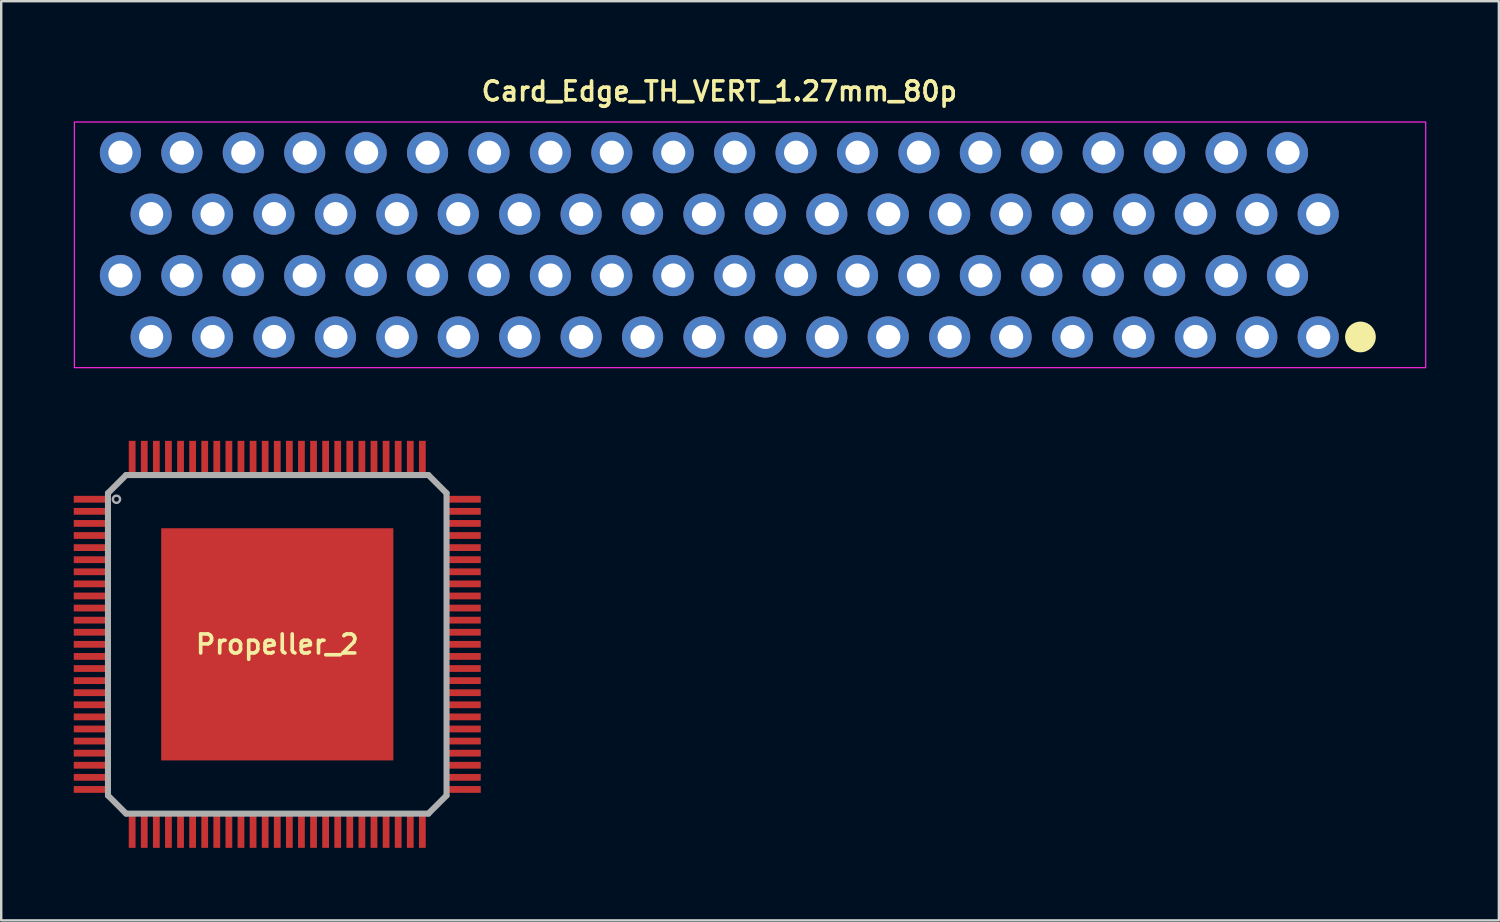
<source format=kicad_pcb>
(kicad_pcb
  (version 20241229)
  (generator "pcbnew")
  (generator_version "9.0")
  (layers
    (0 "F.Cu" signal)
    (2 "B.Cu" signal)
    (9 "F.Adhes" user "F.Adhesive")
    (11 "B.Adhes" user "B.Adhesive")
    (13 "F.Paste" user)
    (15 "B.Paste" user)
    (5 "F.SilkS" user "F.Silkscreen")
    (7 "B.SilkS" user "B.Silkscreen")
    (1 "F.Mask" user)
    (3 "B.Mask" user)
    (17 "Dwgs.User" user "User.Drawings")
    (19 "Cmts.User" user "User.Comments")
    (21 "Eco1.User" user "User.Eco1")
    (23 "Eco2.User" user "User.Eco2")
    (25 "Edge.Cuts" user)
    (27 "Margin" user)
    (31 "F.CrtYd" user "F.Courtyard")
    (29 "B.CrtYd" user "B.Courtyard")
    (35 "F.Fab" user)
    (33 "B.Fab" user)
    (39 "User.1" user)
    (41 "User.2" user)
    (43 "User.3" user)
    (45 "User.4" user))
  (footprint "Card_Edge_TH_VERT_1.27mm_80p"
    (layer "F.Cu")
    (at 26.695 7.074)
    (property "Reference" "Card_Edge_TH_VERT_1.27mm_80p" (at 0 -6.35 0) (layer "F.SilkS") (effects (font (size 0.787 0.787) (thickness 0.15))))
    (attr through_hole)
    (fp_circle (center 26.511 3.81) (end 27.146 3.81) (stroke (width 0) (type solid)) (fill yes) (layer "F.SilkS"))
    (fp_rect (start -26.67 -5.08) (end 29.21 5.08) (stroke (width 0.05) (type default)) (fill no) (layer "F.CrtYd"))
    (fp_poly (pts (xy 28.258 4.128) (xy 27.305 3.81) (xy 28.258 3.492)) (stroke (width 0.002) (type solid)) (fill no) (layer "F.Fab"))
    (pad "1" thru_hole circle (at 24.765 3.81) (size 1.7 1.7) (drill 1) (layers "*.Cu" "*.Mask"))
    (pad "2" thru_hole circle (at 23.495 1.27) (size 1.7 1.7) (drill 1) (layers "*.Cu" "*.Mask"))
    (pad "3" thru_hole circle (at 22.225 3.81) (size 1.7 1.7) (drill 1) (layers "*.Cu" "*.Mask"))
    (pad "4" thru_hole circle (at 20.955 1.27) (size 1.7 1.7) (drill 1) (layers "*.Cu" "*.Mask"))
    (pad "5" thru_hole circle (at 19.685 3.81) (size 1.7 1.7) (drill 1) (layers "*.Cu" "*.Mask"))
    (pad "6" thru_hole circle (at 18.415 1.27) (size 1.7 1.7) (drill 1) (layers "*.Cu" "*.Mask"))
    (pad "7" thru_hole circle (at 17.145 3.81) (size 1.7 1.7) (drill 1) (layers "*.Cu" "*.Mask"))
    (pad "8" thru_hole circle (at 15.875 1.27) (size 1.7 1.7) (drill 1) (layers "*.Cu" "*.Mask"))
    (pad "9" thru_hole circle (at 14.605 3.81) (size 1.7 1.7) (drill 1) (layers "*.Cu" "*.Mask"))
    (pad "10" thru_hole circle (at 13.335 1.27) (size 1.7 1.7) (drill 1) (layers "*.Cu" "*.Mask"))
    (pad "11" thru_hole circle (at 12.065 3.81) (size 1.7 1.7) (drill 1) (layers "*.Cu" "*.Mask"))
    (pad "12" thru_hole circle (at 10.795 1.27) (size 1.7 1.7) (drill 1) (layers "*.Cu" "*.Mask"))
    (pad "13" thru_hole circle (at 9.525 3.81) (size 1.7 1.7) (drill 1) (layers "*.Cu" "*.Mask"))
    (pad "14" thru_hole circle (at 8.255 1.27) (size 1.7 1.7) (drill 1) (layers "*.Cu" "*.Mask"))
    (pad "15" thru_hole circle (at 6.985 3.81) (size 1.7 1.7) (drill 1) (layers "*.Cu" "*.Mask"))
    (pad "16" thru_hole circle (at 5.715 1.27) (size 1.7 1.7) (drill 1) (layers "*.Cu" "*.Mask"))
    (pad "17" thru_hole circle (at 4.445 3.81) (size 1.7 1.7) (drill 1) (layers "*.Cu" "*.Mask"))
    (pad "18" thru_hole circle (at 3.175 1.27) (size 1.7 1.7) (drill 1) (layers "*.Cu" "*.Mask"))
    (pad "19" thru_hole circle (at 1.905 3.81) (size 1.7 1.7) (drill 1) (layers "*.Cu" "*.Mask"))
    (pad "20" thru_hole circle (at 0.635 1.27) (size 1.7 1.7) (drill 1) (layers "*.Cu" "*.Mask"))
    (pad "21" thru_hole circle (at -0.635 3.81) (size 1.7 1.7) (drill 1) (layers "*.Cu" "*.Mask"))
    (pad "22" thru_hole circle (at -1.905 1.27) (size 1.7 1.7) (drill 1) (layers "*.Cu" "*.Mask"))
    (pad "23" thru_hole circle (at -3.175 3.81) (size 1.7 1.7) (drill 1) (layers "*.Cu" "*.Mask"))
    (pad "24" thru_hole circle (at -4.445 1.27) (size 1.7 1.7) (drill 1) (layers "*.Cu" "*.Mask"))
    (pad "25" thru_hole circle (at -5.715 3.81) (size 1.7 1.7) (drill 1) (layers "*.Cu" "*.Mask"))
    (pad "26" thru_hole circle (at -6.985 1.27) (size 1.7 1.7) (drill 1) (layers "*.Cu" "*.Mask"))
    (pad "27" thru_hole circle (at -8.255 3.81) (size 1.7 1.7) (drill 1) (layers "*.Cu" "*.Mask"))
    (pad "28" thru_hole circle (at -9.525 1.27) (size 1.7 1.7) (drill 1) (layers "*.Cu" "*.Mask"))
    (pad "29" thru_hole circle (at -10.795 3.81) (size 1.7 1.7) (drill 1) (layers "*.Cu" "*.Mask"))
    (pad "30" thru_hole circle (at -12.065 1.27) (size 1.7 1.7) (drill 1) (layers "*.Cu" "*.Mask"))
    (pad "31" thru_hole circle (at -13.335 3.81) (size 1.7 1.7) (drill 1) (layers "*.Cu" "*.Mask"))
    (pad "32" thru_hole circle (at -14.605 1.27) (size 1.7 1.7) (drill 1) (layers "*.Cu" "*.Mask"))
    (pad "33" thru_hole circle (at -15.875 3.81) (size 1.7 1.7) (drill 1) (layers "*.Cu" "*.Mask"))
    (pad "34" thru_hole circle (at -17.145 1.27) (size 1.7 1.7) (drill 1) (layers "*.Cu" "*.Mask"))
    (pad "35" thru_hole circle (at -18.415 3.81) (size 1.7 1.7) (drill 1) (layers "*.Cu" "*.Mask"))
    (pad "36" thru_hole circle (at -19.685 1.27) (size 1.7 1.7) (drill 1) (layers "*.Cu" "*.Mask"))
    (pad "37" thru_hole circle (at -20.955 3.81) (size 1.7 1.7) (drill 1) (layers "*.Cu" "*.Mask"))
    (pad "38" thru_hole circle (at -22.225 1.27) (size 1.7 1.7) (drill 1) (layers "*.Cu" "*.Mask"))
    (pad "39" thru_hole circle (at -23.495 3.81) (size 1.7 1.7) (drill 1) (layers "*.Cu" "*.Mask"))
    (pad "40" thru_hole circle (at -24.765 1.27) (size 1.7 1.7) (drill 1) (layers "*.Cu" "*.Mask"))
    (pad "41" thru_hole circle (at -24.765 -3.81) (size 1.7 1.7) (drill 1) (layers "*.Cu" "*.Mask"))
    (pad "42" thru_hole circle (at -23.495 -1.27) (size 1.7 1.7) (drill 1) (layers "*.Cu" "*.Mask"))
    (pad "43" thru_hole circle (at -22.225 -3.81) (size 1.7 1.7) (drill 1) (layers "*.Cu" "*.Mask"))
    (pad "44" thru_hole circle (at -20.955 -1.27) (size 1.7 1.7) (drill 1) (layers "*.Cu" "*.Mask"))
    (pad "45" thru_hole circle (at -19.685 -3.81) (size 1.7 1.7) (drill 1) (layers "*.Cu" "*.Mask"))
    (pad "46" thru_hole circle (at -18.415 -1.27) (size 1.7 1.7) (drill 1) (layers "*.Cu" "*.Mask"))
    (pad "47" thru_hole circle (at -17.145 -3.81) (size 1.7 1.7) (drill 1) (layers "*.Cu" "*.Mask"))
    (pad "48" thru_hole circle (at -15.875 -1.27) (size 1.7 1.7) (drill 1) (layers "*.Cu" "*.Mask"))
    (pad "49" thru_hole circle (at -14.605 -3.81) (size 1.7 1.7) (drill 1) (layers "*.Cu" "*.Mask"))
    (pad "50" thru_hole circle (at -13.335 -1.27) (size 1.7 1.7) (drill 1) (layers "*.Cu" "*.Mask"))
    (pad "51" thru_hole circle (at -12.065 -3.81) (size 1.7 1.7) (drill 1) (layers "*.Cu" "*.Mask"))
    (pad "52" thru_hole circle (at -10.795 -1.27) (size 1.7 1.7) (drill 1) (layers "*.Cu" "*.Mask"))
    (pad "53" thru_hole circle (at -9.525 -3.81) (size 1.7 1.7) (drill 1) (layers "*.Cu" "*.Mask"))
    (pad "54" thru_hole circle (at -8.255 -1.27) (size 1.7 1.7) (drill 1) (layers "*.Cu" "*.Mask"))
    (pad "55" thru_hole circle (at -6.985 -3.81) (size 1.7 1.7) (drill 1) (layers "*.Cu" "*.Mask"))
    (pad "56" thru_hole circle (at -5.715 -1.27) (size 1.7 1.7) (drill 1) (layers "*.Cu" "*.Mask"))
    (pad "57" thru_hole circle (at -4.445 -3.81) (size 1.7 1.7) (drill 1) (layers "*.Cu" "*.Mask"))
    (pad "58" thru_hole circle (at -3.175 -1.27) (size 1.7 1.7) (drill 1) (layers "*.Cu" "*.Mask"))
    (pad "59" thru_hole circle (at -1.905 -3.81) (size 1.7 1.7) (drill 1) (layers "*.Cu" "*.Mask"))
    (pad "60" thru_hole circle (at -0.635 -1.27) (size 1.7 1.7) (drill 1) (layers "*.Cu" "*.Mask"))
    (pad "61" thru_hole circle (at 0.635 -3.81) (size 1.7 1.7) (drill 1) (layers "*.Cu" "*.Mask"))
    (pad "62" thru_hole circle (at 1.905 -1.27) (size 1.7 1.7) (drill 1) (layers "*.Cu" "*.Mask"))
    (pad "63" thru_hole circle (at 3.175 -3.81) (size 1.7 1.7) (drill 1) (layers "*.Cu" "*.Mask"))
    (pad "64" thru_hole circle (at 4.445 -1.27) (size 1.7 1.7) (drill 1) (layers "*.Cu" "*.Mask"))
    (pad "65" thru_hole circle (at 5.715 -3.81) (size 1.7 1.7) (drill 1) (layers "*.Cu" "*.Mask"))
    (pad "66" thru_hole circle (at 6.985 -1.27) (size 1.7 1.7) (drill 1) (layers "*.Cu" "*.Mask"))
    (pad "67" thru_hole circle (at 8.255 -3.81) (size 1.7 1.7) (drill 1) (layers "*.Cu" "*.Mask"))
    (pad "68" thru_hole circle (at 9.525 -1.27) (size 1.7 1.7) (drill 1) (layers "*.Cu" "*.Mask"))
    (pad "69" thru_hole circle (at 10.795 -3.81) (size 1.7 1.7) (drill 1) (layers "*.Cu" "*.Mask"))
    (pad "70" thru_hole circle (at 12.065 -1.27) (size 1.7 1.7) (drill 1) (layers "*.Cu" "*.Mask"))
    (pad "71" thru_hole circle (at 13.335 -3.81) (size 1.7 1.7) (drill 1) (layers "*.Cu" "*.Mask"))
    (pad "72" thru_hole circle (at 14.605 -1.27) (size 1.7 1.7) (drill 1) (layers "*.Cu" "*.Mask"))
    (pad "73" thru_hole circle (at 15.875 -3.81) (size 1.7 1.7) (drill 1) (layers "*.Cu" "*.Mask"))
    (pad "74" thru_hole circle (at 17.145 -1.27) (size 1.7 1.7) (drill 1) (layers "*.Cu" "*.Mask"))
    (pad "75" thru_hole circle (at 18.415 -3.81) (size 1.7 1.7) (drill 1) (layers "*.Cu" "*.Mask"))
    (pad "76" thru_hole circle (at 19.685 -1.27) (size 1.7 1.7) (drill 1) (layers "*.Cu" "*.Mask"))
    (pad "77" thru_hole circle (at 20.955 -3.81) (size 1.7 1.7) (drill 1) (layers "*.Cu" "*.Mask"))
    (pad "78" thru_hole circle (at 22.225 -1.27) (size 1.7 1.7) (drill 1) (layers "*.Cu" "*.Mask"))
    (pad "79" thru_hole circle (at 23.495 -3.81) (size 1.7 1.7) (drill 1) (layers "*.Cu" "*.Mask"))
    (pad "80" thru_hole circle (at 24.765 -1.27) (size 1.7 1.7) (drill 1) (layers "*.Cu" "*.Mask")))
  (footprint "Propeller_2"
    (layer "F.Cu")
    (at 8.415 23.594)
    (property "Reference" "Propeller_2" (at 0 0 0) (layer "F.SilkS") (effects (font (size 0.787 0.787) (thickness 0.15))))
    (attr through_hole)
    (fp_line (start -7 6.251) (end -7 -6.251) (stroke (width 0.25) (type solid)) (layer "F.Fab"))
    (fp_line (start -6.251 -7) (end -7 -6.251) (stroke (width 0.25) (type solid)) (layer "F.Fab"))
    (fp_line (start -6.251 -7) (end 6.251 -7) (stroke (width 0.25) (type solid)) (layer "F.Fab"))
    (fp_line (start -6.251 7) (end -7 6.251) (stroke (width 0.25) (type solid)) (layer "F.Fab"))
    (fp_line (start -6.251 7) (end 6.251 7) (stroke (width 0.25) (type solid)) (layer "F.Fab"))
    (fp_line (start 7 -6.251) (end 6.251 -7) (stroke (width 0.25) (type solid)) (layer "F.Fab"))
    (fp_line (start 7 6.251) (end 6.251 7) (stroke (width 0.25) (type solid)) (layer "F.Fab"))
    (fp_line (start 7 6.251) (end 7 -6.251) (stroke (width 0.25) (type solid)) (layer "F.Fab"))
    (fp_circle (center -6.65 -6) (end -6.5 -6) (stroke (width 0.1) (type solid)) (fill no) (layer "F.Fab"))
    (pad "1" smd rect (at -7.67 -6 90) (size 0.28 1.49) (layers "F.Cu" "F.Mask" "F.Paste"))
    (pad "2" smd rect (at -7.67 -5.5 90) (size 0.28 1.49) (layers "F.Cu" "F.Mask" "F.Paste"))
    (pad "3" smd rect (at -7.67 -5 90) (size 0.28 1.49) (layers "F.Cu" "F.Mask" "F.Paste"))
    (pad "4" smd rect (at -7.67 -4.5 90) (size 0.28 1.49) (layers "F.Cu" "F.Mask" "F.Paste"))
    (pad "5" smd rect (at -7.67 -4 90) (size 0.28 1.49) (layers "F.Cu" "F.Mask" "F.Paste"))
    (pad "6" smd rect (at -7.67 -3.5 90) (size 0.28 1.49) (layers "F.Cu" "F.Mask" "F.Paste"))
    (pad "7" smd rect (at -7.67 -3 90) (size 0.28 1.49) (layers "F.Cu" "F.Mask" "F.Paste"))
    (pad "8" smd rect (at -7.67 -2.5 90) (size 0.28 1.49) (layers "F.Cu" "F.Mask" "F.Paste"))
    (pad "9" smd rect (at -7.67 -2 90) (size 0.28 1.49) (layers "F.Cu" "F.Mask" "F.Paste"))
    (pad "10" smd rect (at -7.67 -1.5 90) (size 0.28 1.49) (layers "F.Cu" "F.Mask" "F.Paste"))
    (pad "11" smd rect (at -7.67 -1 90) (size 0.28 1.49) (layers "F.Cu" "F.Mask" "F.Paste"))
    (pad "12" smd rect (at -7.67 -0.5 90) (size 0.28 1.49) (layers "F.Cu" "F.Mask" "F.Paste"))
    (pad "13" smd rect (at -7.67 0 90) (size 0.28 1.49) (layers "F.Cu" "F.Mask" "F.Paste"))
    (pad "14" smd rect (at -7.67 0.5 90) (size 0.28 1.49) (layers "F.Cu" "F.Mask" "F.Paste"))
    (pad "15" smd rect (at -7.67 1 90) (size 0.28 1.49) (layers "F.Cu" "F.Mask" "F.Paste"))
    (pad "16" smd rect (at -7.67 1.5 90) (size 0.28 1.49) (layers "F.Cu" "F.Mask" "F.Paste"))
    (pad "17" smd rect (at -7.67 2 90) (size 0.28 1.49) (layers "F.Cu" "F.Mask" "F.Paste"))
    (pad "18" smd rect (at -7.67 2.5 90) (size 0.28 1.49) (layers "F.Cu" "F.Mask" "F.Paste"))
    (pad "19" smd rect (at -7.67 3 90) (size 0.28 1.49) (layers "F.Cu" "F.Mask" "F.Paste"))
    (pad "20" smd rect (at -7.67 3.5 90) (size 0.28 1.49) (layers "F.Cu" "F.Mask" "F.Paste"))
    (pad "21" smd rect (at -7.67 4 90) (size 0.28 1.49) (layers "F.Cu" "F.Mask" "F.Paste"))
    (pad "22" smd rect (at -7.67 4.5 90) (size 0.28 1.49) (layers "F.Cu" "F.Mask" "F.Paste"))
    (pad "23" smd rect (at -7.67 5 90) (size 0.28 1.49) (layers "F.Cu" "F.Mask" "F.Paste"))
    (pad "24" smd rect (at -7.67 5.5 90) (size 0.28 1.49) (layers "F.Cu" "F.Mask" "F.Paste"))
    (pad "25" smd rect (at -7.67 6 90) (size 0.28 1.49) (layers "F.Cu" "F.Mask" "F.Paste"))
    (pad "26" smd rect (at -6 7.67) (size 0.28 1.49) (layers "F.Cu" "F.Mask" "F.Paste"))
    (pad "27" smd rect (at -5.5 7.67) (size 0.28 1.49) (layers "F.Cu" "F.Mask" "F.Paste"))
    (pad "28" smd rect (at -5 7.67) (size 0.28 1.49) (layers "F.Cu" "F.Mask" "F.Paste"))
    (pad "29" smd rect (at -4.5 7.67) (size 0.28 1.49) (layers "F.Cu" "F.Mask" "F.Paste"))
    (pad "30" smd rect (at -4 7.67) (size 0.28 1.49) (layers "F.Cu" "F.Mask" "F.Paste"))
    (pad "31" smd rect (at -3.5 7.67) (size 0.28 1.49) (layers "F.Cu" "F.Mask" "F.Paste"))
    (pad "32" smd rect (at -3 7.67) (size 0.28 1.49) (layers "F.Cu" "F.Mask" "F.Paste"))
    (pad "33" smd rect (at -2.5 7.67) (size 0.28 1.49) (layers "F.Cu" "F.Mask" "F.Paste"))
    (pad "34" smd rect (at -2 7.67) (size 0.28 1.49) (layers "F.Cu" "F.Mask" "F.Paste"))
    (pad "35" smd rect (at -1.5 7.67) (size 0.28 1.49) (layers "F.Cu" "F.Mask" "F.Paste"))
    (pad "36" smd rect (at -1 7.67) (size 0.28 1.49) (layers "F.Cu" "F.Mask" "F.Paste"))
    (pad "37" smd rect (at -0.5 7.67) (size 0.28 1.49) (layers "F.Cu" "F.Mask" "F.Paste"))
    (pad "38" smd rect (at 0 7.67) (size 0.28 1.49) (layers "F.Cu" "F.Mask" "F.Paste"))
    (pad "39" smd rect (at 0.5 7.67) (size 0.28 1.49) (layers "F.Cu" "F.Mask" "F.Paste"))
    (pad "40" smd rect (at 1 7.67) (size 0.28 1.49) (layers "F.Cu" "F.Mask" "F.Paste"))
    (pad "41" smd rect (at 1.5 7.67) (size 0.28 1.49) (layers "F.Cu" "F.Mask" "F.Paste"))
    (pad "42" smd rect (at 2 7.67) (size 0.28 1.49) (layers "F.Cu" "F.Mask" "F.Paste"))
    (pad "43" smd rect (at 2.5 7.67) (size 0.28 1.49) (layers "F.Cu" "F.Mask" "F.Paste"))
    (pad "44" smd rect (at 3 7.67) (size 0.28 1.49) (layers "F.Cu" "F.Mask" "F.Paste"))
    (pad "45" smd rect (at 3.5 7.67) (size 0.28 1.49) (layers "F.Cu" "F.Mask" "F.Paste"))
    (pad "46" smd rect (at 4 7.67) (size 0.28 1.49) (layers "F.Cu" "F.Mask" "F.Paste"))
    (pad "47" smd rect (at 4.5 7.67) (size 0.28 1.49) (layers "F.Cu" "F.Mask" "F.Paste"))
    (pad "48" smd rect (at 5 7.67) (size 0.28 1.49) (layers "F.Cu" "F.Mask" "F.Paste"))
    (pad "49" smd rect (at 5.5 7.67) (size 0.28 1.49) (layers "F.Cu" "F.Mask" "F.Paste"))
    (pad "50" smd rect (at 6 7.67) (size 0.28 1.49) (layers "F.Cu" "F.Mask" "F.Paste"))
    (pad "51" smd rect (at 7.67 6 90) (size 0.28 1.49) (layers "F.Cu" "F.Mask" "F.Paste"))
    (pad "52" smd rect (at 7.67 5.5 90) (size 0.28 1.49) (layers "F.Cu" "F.Mask" "F.Paste"))
    (pad "53" smd rect (at 7.67 5 90) (size 0.28 1.49) (layers "F.Cu" "F.Mask" "F.Paste"))
    (pad "54" smd rect (at 7.67 4.5 90) (size 0.28 1.49) (layers "F.Cu" "F.Mask" "F.Paste"))
    (pad "55" smd rect (at 7.67 4 90) (size 0.28 1.49) (layers "F.Cu" "F.Mask" "F.Paste"))
    (pad "56" smd rect (at 7.67 3.5 90) (size 0.28 1.49) (layers "F.Cu" "F.Mask" "F.Paste"))
    (pad "57" smd rect (at 7.67 3 90) (size 0.28 1.49) (layers "F.Cu" "F.Mask" "F.Paste"))
    (pad "58" smd rect (at 7.67 2.5 90) (size 0.28 1.49) (layers "F.Cu" "F.Mask" "F.Paste"))
    (pad "59" smd rect (at 7.67 2 90) (size 0.28 1.49) (layers "F.Cu" "F.Mask" "F.Paste"))
    (pad "60" smd rect (at 7.67 1.5 90) (size 0.28 1.49) (layers "F.Cu" "F.Mask" "F.Paste"))
    (pad "61" smd rect (at 7.67 1 90) (size 0.28 1.49) (layers "F.Cu" "F.Mask" "F.Paste"))
    (pad "62" smd rect (at 7.67 0.5 90) (size 0.28 1.49) (layers "F.Cu" "F.Mask" "F.Paste"))
    (pad "63" smd rect (at 7.67 0 90) (size 0.28 1.49) (layers "F.Cu" "F.Mask" "F.Paste"))
    (pad "64" smd rect (at 7.67 -0.5 90) (size 0.28 1.49) (layers "F.Cu" "F.Mask" "F.Paste"))
    (pad "65" smd rect (at 7.67 -1 90) (size 0.28 1.49) (layers "F.Cu" "F.Mask" "F.Paste"))
    (pad "66" smd rect (at 7.67 -1.5 90) (size 0.28 1.49) (layers "F.Cu" "F.Mask" "F.Paste"))
    (pad "67" smd rect (at 7.67 -2 90) (size 0.28 1.49) (layers "F.Cu" "F.Mask" "F.Paste"))
    (pad "68" smd rect (at 7.67 -2.5 90) (size 0.28 1.49) (layers "F.Cu" "F.Mask" "F.Paste"))
    (pad "69" smd rect (at 7.67 -3 90) (size 0.28 1.49) (layers "F.Cu" "F.Mask" "F.Paste"))
    (pad "70" smd rect (at 7.67 -3.5 90) (size 0.28 1.49) (layers "F.Cu" "F.Mask" "F.Paste"))
    (pad "71" smd rect (at 7.67 -4 90) (size 0.28 1.49) (layers "F.Cu" "F.Mask" "F.Paste"))
    (pad "72" smd rect (at 7.67 -4.5 90) (size 0.28 1.49) (layers "F.Cu" "F.Mask" "F.Paste"))
    (pad "73" smd rect (at 7.67 -5 90) (size 0.28 1.49) (layers "F.Cu" "F.Mask" "F.Paste"))
    (pad "74" smd rect (at 7.67 -5.5 90) (size 0.28 1.49) (layers "F.Cu" "F.Mask" "F.Paste"))
    (pad "75" smd rect (at 7.67 -6 90) (size 0.28 1.49) (layers "F.Cu" "F.Mask" "F.Paste"))
    (pad "76" smd rect (at 6 -7.67) (size 0.28 1.49) (layers "F.Cu" "F.Mask" "F.Paste"))
    (pad "77" smd rect (at 5.5 -7.67) (size 0.28 1.49) (layers "F.Cu" "F.Mask" "F.Paste"))
    (pad "78" smd rect (at 5 -7.67) (size 0.28 1.49) (layers "F.Cu" "F.Mask" "F.Paste"))
    (pad "79" smd rect (at 4.5 -7.67) (size 0.28 1.49) (layers "F.Cu" "F.Mask" "F.Paste"))
    (pad "80" smd rect (at 4 -7.67) (size 0.28 1.49) (layers "F.Cu" "F.Mask" "F.Paste"))
    (pad "81" smd rect (at 3.5 -7.67) (size 0.28 1.49) (layers "F.Cu" "F.Mask" "F.Paste"))
    (pad "82" smd rect (at 3 -7.67) (size 0.28 1.49) (layers "F.Cu" "F.Mask" "F.Paste"))
    (pad "83" smd rect (at 2.5 -7.67) (size 0.28 1.49) (layers "F.Cu" "F.Mask" "F.Paste"))
    (pad "84" smd rect (at 2 -7.67) (size 0.28 1.49) (layers "F.Cu" "F.Mask" "F.Paste"))
    (pad "85" smd rect (at 1.5 -7.67) (size 0.28 1.49) (layers "F.Cu" "F.Mask" "F.Paste"))
    (pad "86" smd rect (at 1 -7.67) (size 0.28 1.49) (layers "F.Cu" "F.Mask" "F.Paste"))
    (pad "87" smd rect (at 0.5 -7.67) (size 0.28 1.49) (layers "F.Cu" "F.Mask" "F.Paste"))
    (pad "88" smd rect (at 0 -7.67) (size 0.28 1.49) (layers "F.Cu" "F.Mask" "F.Paste"))
    (pad "89" smd rect (at -0.5 -7.67) (size 0.28 1.49) (layers "F.Cu" "F.Mask" "F.Paste"))
    (pad "90" smd rect (at -1 -7.67) (size 0.28 1.49) (layers "F.Cu" "F.Mask" "F.Paste"))
    (pad "91" smd rect (at -1.5 -7.67) (size 0.28 1.49) (layers "F.Cu" "F.Mask" "F.Paste"))
    (pad "92" smd rect (at -2 -7.67) (size 0.28 1.49) (layers "F.Cu" "F.Mask" "F.Paste"))
    (pad "93" smd rect (at -2.5 -7.67) (size 0.28 1.49) (layers "F.Cu" "F.Mask" "F.Paste"))
    (pad "94" smd rect (at -3 -7.67) (size 0.28 1.49) (layers "F.Cu" "F.Mask" "F.Paste"))
    (pad "95" smd rect (at -3.5 -7.67) (size 0.28 1.49) (layers "F.Cu" "F.Mask" "F.Paste"))
    (pad "96" smd rect (at -4 -7.67) (size 0.28 1.49) (layers "F.Cu" "F.Mask" "F.Paste"))
    (pad "97" smd rect (at -4.5 -7.67) (size 0.28 1.49) (layers "F.Cu" "F.Mask" "F.Paste"))
    (pad "98" smd rect (at -5 -7.67) (size 0.28 1.49) (layers "F.Cu" "F.Mask" "F.Paste"))
    (pad "99" smd rect (at -5.5 -7.67) (size 0.28 1.49) (layers "F.Cu" "F.Mask" "F.Paste"))
    (pad "100" smd rect (at -6 -7.67) (size 0.28 1.49) (layers "F.Cu" "F.Mask" "F.Paste"))
    (pad "EP" smd rect (at 0 0) (size 9.6 9.6) (layers "F.Cu" "F.Mask" "F.Paste")))
  (gr_rect
    (start -3 -3)
    (end 58.93 35.009)
    (stroke (width 0.1) (type default))
    (fill no)
    (layer "Edge.Cuts")))
</source>
